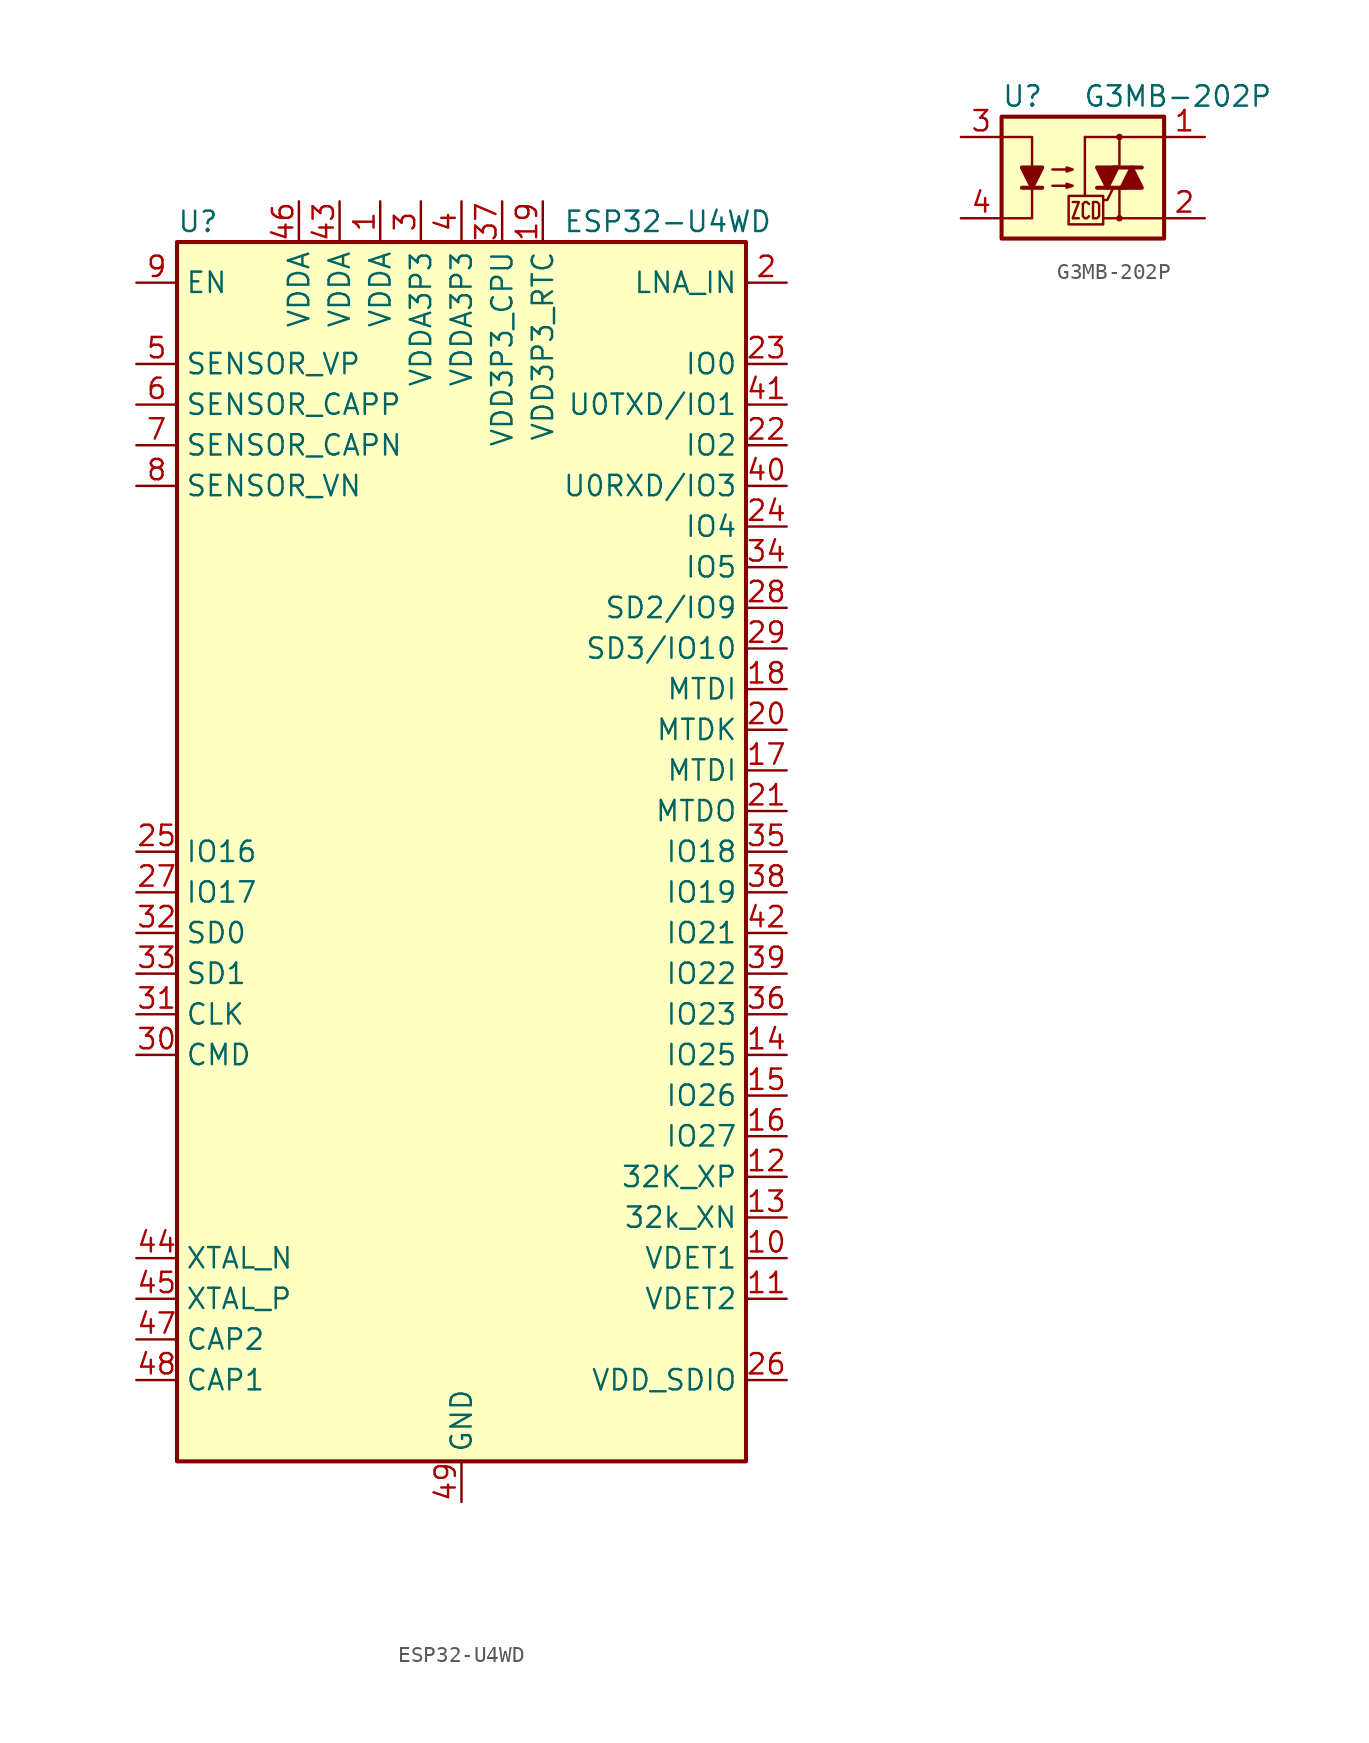
<source format=kicad_sym>
(kicad_symbol_lib
  (version 20231120)
  (generator "kicad_symbol_editor")
  (generator_version "8.0")
  (symbol "ESP32-U4WD"
    (property "Reference" "U"
      (at -17.78 39.37 0)
      (effects (font (size 1.27 1.27)) (justify left)))
    (property "Value" "ESP32-U4WD"
      (at 6.35 39.37 0)
      (effects (font (size 1.27 1.27)) (justify left)))
    (symbol "ESP32-U4WD_0_0"
      (pin power_in line (at -5.08 40.64 270) (length 2.54) (name "VDDA" (effects (font (size 1.27 1.27)))) (number "1" (effects (font (size 1.27 1.27)))))
      (pin bidirectional line (at 20.32 -12.7 180) (length 2.54) (name "IO25" (effects (font (size 1.27 1.27)))) (number "14" (effects (font (size 1.27 1.27)))))
      (pin bidirectional line (at 20.32 -15.24 180) (length 2.54) (name "IO26" (effects (font (size 1.27 1.27)))) (number "15" (effects (font (size 1.27 1.27)))))
      (pin bidirectional line (at 20.32 -17.78 180) (length 2.54) (name "IO27" (effects (font (size 1.27 1.27)))) (number "16" (effects (font (size 1.27 1.27)))))
      (pin power_in line (at 5.08 40.64 270) (length 2.54) (name "VDD3P3_RTC" (effects (font (size 1.27 1.27)))) (number "19" (effects (font (size 1.27 1.27)))))
      (pin bidirectional line (at 20.32 35.56 180) (length 2.54) (name "LNA_IN" (effects (font (size 1.27 1.27)))) (number "2" (effects (font (size 1.27 1.27)))))
      (pin bidirectional line (at 20.32 25.4 180) (length 2.54) (name "IO2" (effects (font (size 1.27 1.27)))) (number "22" (effects (font (size 1.27 1.27)))))
      (pin bidirectional line (at 20.32 30.48 180) (length 2.54) (name "IO0" (effects (font (size 1.27 1.27)))) (number "23" (effects (font (size 1.27 1.27)))))
      (pin bidirectional line (at 20.32 20.32 180) (length 2.54) (name "IO4" (effects (font (size 1.27 1.27)))) (number "24" (effects (font (size 1.27 1.27)))))
      (pin bidirectional line (at -20.32 0 0) (length 2.54) (name "IO16" (effects (font (size 1.27 1.27)))) (number "25" (effects (font (size 1.27 1.27)))))
      (pin power_out line (at 20.32 -33.02 180) (length 2.54) (name "VDD_SDIO" (effects (font (size 1.27 1.27)))) (number "26" (effects (font (size 1.27 1.27)))))
      (pin bidirectional line (at -20.32 -2.54 0) (length 2.54) (name "IO17" (effects (font (size 1.27 1.27)))) (number "27" (effects (font (size 1.27 1.27)))))
      (pin bidirectional line (at 20.32 15.24 180) (length 2.54) (name "SD2/IO9" (effects (font (size 1.27 1.27)))) (number "28" (effects (font (size 1.27 1.27)))))
      (pin bidirectional line (at 20.32 12.7 180) (length 2.54) (name "SD3/IO10" (effects (font (size 1.27 1.27)))) (number "29" (effects (font (size 1.27 1.27)))))
      (pin power_in line (at -2.54 40.64 270) (length 2.54) (name "VDDA3P3" (effects (font (size 1.27 1.27)))) (number "3" (effects (font (size 1.27 1.27)))))
      (pin bidirectional line (at -20.32 -12.7 0) (length 2.54) (name "CMD" (effects (font (size 1.27 1.27)))) (number "30" (effects (font (size 1.27 1.27)))))
      (pin bidirectional line (at -20.32 -10.16 0) (length 2.54) (name "CLK" (effects (font (size 1.27 1.27)))) (number "31" (effects (font (size 1.27 1.27)))))
      (pin bidirectional line (at -20.32 -5.08 0) (length 2.54) (name "SD0" (effects (font (size 1.27 1.27)))) (number "32" (effects (font (size 1.27 1.27)))))
      (pin bidirectional line (at -20.32 -7.62 0) (length 2.54) (name "SD1" (effects (font (size 1.27 1.27)))) (number "33" (effects (font (size 1.27 1.27)))))
      (pin bidirectional line (at 20.32 17.78 180) (length 2.54) (name "IO5" (effects (font (size 1.27 1.27)))) (number "34" (effects (font (size 1.27 1.27)))))
      (pin bidirectional line (at 20.32 0 180) (length 2.54) (name "IO18" (effects (font (size 1.27 1.27)))) (number "35" (effects (font (size 1.27 1.27)))))
      (pin bidirectional line (at 20.32 -10.16 180) (length 2.54) (name "IO23" (effects (font (size 1.27 1.27)))) (number "36" (effects (font (size 1.27 1.27)))))
      (pin power_in line (at 2.54 40.64 270) (length 2.54) (name "VDD3P3_CPU" (effects (font (size 1.27 1.27)))) (number "37" (effects (font (size 1.27 1.27)))))
      (pin bidirectional line (at 20.32 -2.54 180) (length 2.54) (name "IO19" (effects (font (size 1.27 1.27)))) (number "38" (effects (font (size 1.27 1.27)))))
      (pin bidirectional line (at 20.32 -7.62 180) (length 2.54) (name "IO22" (effects (font (size 1.27 1.27)))) (number "39" (effects (font (size 1.27 1.27)))))
      (pin bidirectional line (at 20.32 22.86 180) (length 2.54) (name "U0RXD/IO3" (effects (font (size 1.27 1.27)))) (number "40" (effects (font (size 1.27 1.27)))))
      (pin bidirectional line (at 20.32 27.94 180) (length 2.54) (name "U0TXD/IO1" (effects (font (size 1.27 1.27)))) (number "41" (effects (font (size 1.27 1.27)))))
      (pin bidirectional line (at 20.32 -5.08 180) (length 2.54) (name "IO21" (effects (font (size 1.27 1.27)))) (number "42" (effects (font (size 1.27 1.27)))))
      (pin power_in line (at 0 -40.64 90) (length 2.54) (name "GND" (effects (font (size 1.27 1.27)))) (number "49" (effects (font (size 1.27 1.27)))))
      (pin input line (at -20.32 30.48 0) (length 2.54) (name "SENSOR_VP" (effects (font (size 1.27 1.27)))) (number "5" (effects (font (size 1.27 1.27)))))
      (pin input line (at -20.32 27.94 0) (length 2.54) (name "SENSOR_CAPP" (effects (font (size 1.27 1.27)))) (number "6" (effects (font (size 1.27 1.27)))))
      (pin input line (at -20.32 25.4 0) (length 2.54) (name "SENSOR_CAPN" (effects (font (size 1.27 1.27)))) (number "7" (effects (font (size 1.27 1.27)))))
      (pin input line (at -20.32 22.86 0) (length 2.54) (name "SENSOR_VN" (effects (font (size 1.27 1.27)))) (number "8" (effects (font (size 1.27 1.27)))))
      (pin input line (at -20.32 35.56 0) (length 2.54) (name "EN" (effects (font (size 1.27 1.27)))) (number "9" (effects (font (size 1.27 1.27))))))
    (symbol "ESP32-U4WD_0_1"
      (rectangle (start -17.78 38.1) (end 17.78 -38.1) (stroke (width 0.254) (type default)) (fill (type background))))
    (symbol "ESP32-U4WD_1_0"
      (pin input line (at 20.32 -25.4 180) (length 2.54) (name "VDET1" (effects (font (size 1.27 1.27)))) (number "10" (effects (font (size 1.27 1.27)))))
      (pin input line (at 20.32 -27.94 180) (length 2.54) (name "VDET2" (effects (font (size 1.27 1.27)))) (number "11" (effects (font (size 1.27 1.27)))))
      (pin bidirectional line (at 20.32 -20.32 180) (length 2.54) (name "32K_XP" (effects (font (size 1.27 1.27)))) (number "12" (effects (font (size 1.27 1.27)))))
      (pin bidirectional line (at 20.32 -22.86 180) (length 2.54) (name "32k_XN" (effects (font (size 1.27 1.27)))) (number "13" (effects (font (size 1.27 1.27)))))
      (pin bidirectional line (at 20.32 5.08 180) (length 2.54) (name "MTDI" (effects (font (size 1.27 1.27)))) (number "17" (effects (font (size 1.27 1.27)))))
      (pin bidirectional line (at 20.32 10.16 180) (length 2.54) (name "MTDI" (effects (font (size 1.27 1.27)))) (number "18" (effects (font (size 1.27 1.27)))))
      (pin bidirectional line (at 20.32 7.62 180) (length 2.54) (name "MTDK" (effects (font (size 1.27 1.27)))) (number "20" (effects (font (size 1.27 1.27)))))
      (pin bidirectional line (at 20.32 2.54 180) (length 2.54) (name "MTDO" (effects (font (size 1.27 1.27)))) (number "21" (effects (font (size 1.27 1.27)))))
      (pin passive line (at 0 40.64 270) (length 2.54) (name "VDDA3P3" (effects (font (size 1.27 1.27)))) (number "4" (effects (font (size 1.27 1.27)))))
      (pin passive line (at -7.62 40.64 270) (length 2.54) (name "VDDA" (effects (font (size 1.27 1.27)))) (number "43" (effects (font (size 1.27 1.27)))))
      (pin passive line (at -20.32 -25.4 0) (length 2.54) (name "XTAL_N" (effects (font (size 1.27 1.27)))) (number "44" (effects (font (size 1.27 1.27)))))
      (pin passive line (at -20.32 -27.94 0) (length 2.54) (name "XTAL_P" (effects (font (size 1.27 1.27)))) (number "45" (effects (font (size 1.27 1.27)))))
      (pin passive line (at -10.16 40.64 270) (length 2.54) (name "VDDA" (effects (font (size 1.27 1.27)))) (number "46" (effects (font (size 1.27 1.27)))))
      (pin passive line (at -20.32 -30.48 0) (length 2.54) (name "CAP2" (effects (font (size 1.27 1.27)))) (number "47" (effects (font (size 1.27 1.27)))))
      (pin passive line (at -20.32 -33.02 0) (length 2.54) (name "CAP1" (effects (font (size 1.27 1.27)))) (number "48" (effects (font (size 1.27 1.27)))))))
  (symbol "G3MB-202P"
    (pin_names
      (offset 1.016))
    (property "Reference" "U"
      (at -5.08 5.08 0)
      (effects (font (size 1.27 1.27)) (justify left)))
    (property "Value" "G3MB-202P"
      (at 0 5.08 0)
      (effects (font (size 1.27 1.27)) (justify left)))
    (symbol "G3MB-202P_0_1"
      (rectangle (start -5.08 3.81) (end 5.08 -3.81) (stroke (width 0.254) (type default)) (fill (type background)))
      (polyline (pts (xy -3.81 -0.635) (xy -2.54 -0.635)) (stroke (width 0.254) (type default)) (fill (type none)))
      (polyline (pts (xy 0.127 -1.143) (xy 0.127 2.54)) (stroke (width 0) (type default)) (fill (type none)))
      (polyline (pts (xy 0.127 2.54) (xy 2.286 2.54)) (stroke (width 0) (type default)) (fill (type none)))
      (polyline (pts (xy 1.905 0.635) (xy 3.683 0.635)) (stroke (width 0.254) (type default)) (fill (type none)))
      (polyline (pts (xy 2.286 -2.54) (xy 1.27 -2.54)) (stroke (width 0) (type default)) (fill (type none)))
      (polyline (pts (xy 2.286 -2.54) (xy 2.286 -0.635)) (stroke (width 0) (type default)) (fill (type none)))
      (polyline (pts (xy 2.286 -2.54) (xy 5.08 -2.54)) (stroke (width 0) (type default)) (fill (type none)))
      (polyline (pts (xy 2.286 2.54) (xy 2.286 0.635)) (stroke (width 0) (type default)) (fill (type none)))
      (polyline (pts (xy 2.286 2.54) (xy 5.08 2.54)) (stroke (width 0) (type default)) (fill (type none)))
      (polyline (pts (xy 2.667 -0.635) (xy 0.889 -0.635)) (stroke (width 0.254) (type default)) (fill (type none)))
      (polyline (pts (xy -5.08 2.54) (xy -3.175 2.54) (xy -3.175 0.635)) (stroke (width 0) (type default)) (fill (type none)))
      (polyline (pts (xy -3.175 -0.635) (xy -3.175 -2.54) (xy -5.08 -2.54)) (stroke (width 0) (type default)) (fill (type none)))
      (polyline (pts (xy 1.905 -0.635) (xy 1.524 -1.397) (xy 1.27 -1.397)) (stroke (width 0) (type default)) (fill (type none)))
      (polyline (pts (xy -3.175 -0.635) (xy -3.81 0.635) (xy -2.54 0.635) (xy -3.175 -0.635)) (stroke (width 0.254) (type default)) (fill (type outline)))
      (polyline (pts (xy -0.635 -1.524) (xy -0.254 -1.524) (xy -0.635 -2.54) (xy -0.254 -2.54)) (stroke (width 0) (type default)) (fill (type none)))
      (polyline (pts (xy 0 -1.651) (xy 0.127 -1.524) (xy 0.254 -1.524) (xy 0.381 -1.651)) (stroke (width 0) (type default)) (fill (type none)))
      (polyline (pts (xy 1.524 -0.635) (xy 2.159 0.635) (xy 0.889 0.635) (xy 1.524 -0.635)) (stroke (width 0.254) (type default)) (fill (type outline)))
      (polyline (pts (xy 3.048 0.635) (xy 2.413 -0.635) (xy 3.683 -0.635) (xy 3.048 0.635)) (stroke (width 0.254) (type default)) (fill (type outline)))
      (polyline (pts (xy -1.905 -0.508) (xy -0.635 -0.508) (xy -1.016 -0.635) (xy -1.016 -0.381) (xy -0.635 -0.508)) (stroke (width 0) (type default)) (fill (type none)))
      (polyline (pts (xy -1.905 0.508) (xy -0.635 0.508) (xy -1.016 0.381) (xy -1.016 0.635) (xy -0.635 0.508)) (stroke (width 0) (type default)) (fill (type none)))
      (polyline (pts (xy -0.889 -1.143) (xy -0.889 -2.921) (xy 1.27 -2.921) (xy 1.27 -1.143) (xy -0.889 -1.143)) (stroke (width 0) (type default)) (fill (type none)))
      (polyline (pts (xy 0.381 -2.413) (xy 0.254 -2.54) (xy 0.127 -2.54) (xy 0 -2.413) (xy 0 -1.651)) (stroke (width 0) (type default)) (fill (type none)))
      (polyline (pts (xy 0.635 -1.524) (xy 0.635 -2.54) (xy 0.889 -2.54) (xy 1.016 -2.413) (xy 1.016 -1.651) (xy 0.889 -1.524) (xy 0.635 -1.524)) (stroke (width 0) (type default)) (fill (type none)))
      (circle (center 2.286 -2.54) (radius 0.127) (stroke (width 0) (type default)) (fill (type none)))
      (circle (center 2.286 2.54) (radius 0.127) (stroke (width 0) (type default)) (fill (type none))))
    (symbol "G3MB-202P_1_1"
      (pin passive line (at 7.62 2.54 180) (length 2.54) (name "~" (effects (font (size 1.27 1.27)))) (number "1" (effects (font (size 1.27 1.27)))))
      (pin passive line (at 7.62 -2.54 180) (length 2.54) (name "~" (effects (font (size 1.27 1.27)))) (number "2" (effects (font (size 1.27 1.27)))))
      (pin passive line (at -7.62 2.54 0) (length 2.54) (name "~" (effects (font (size 1.27 1.27)))) (number "3" (effects (font (size 1.27 1.27)))))
      (pin passive line (at -7.62 -2.54 0) (length 2.54) (name "~" (effects (font (size 1.27 1.27)))) (number "4" (effects (font (size 1.27 1.27))))))))
</source>
